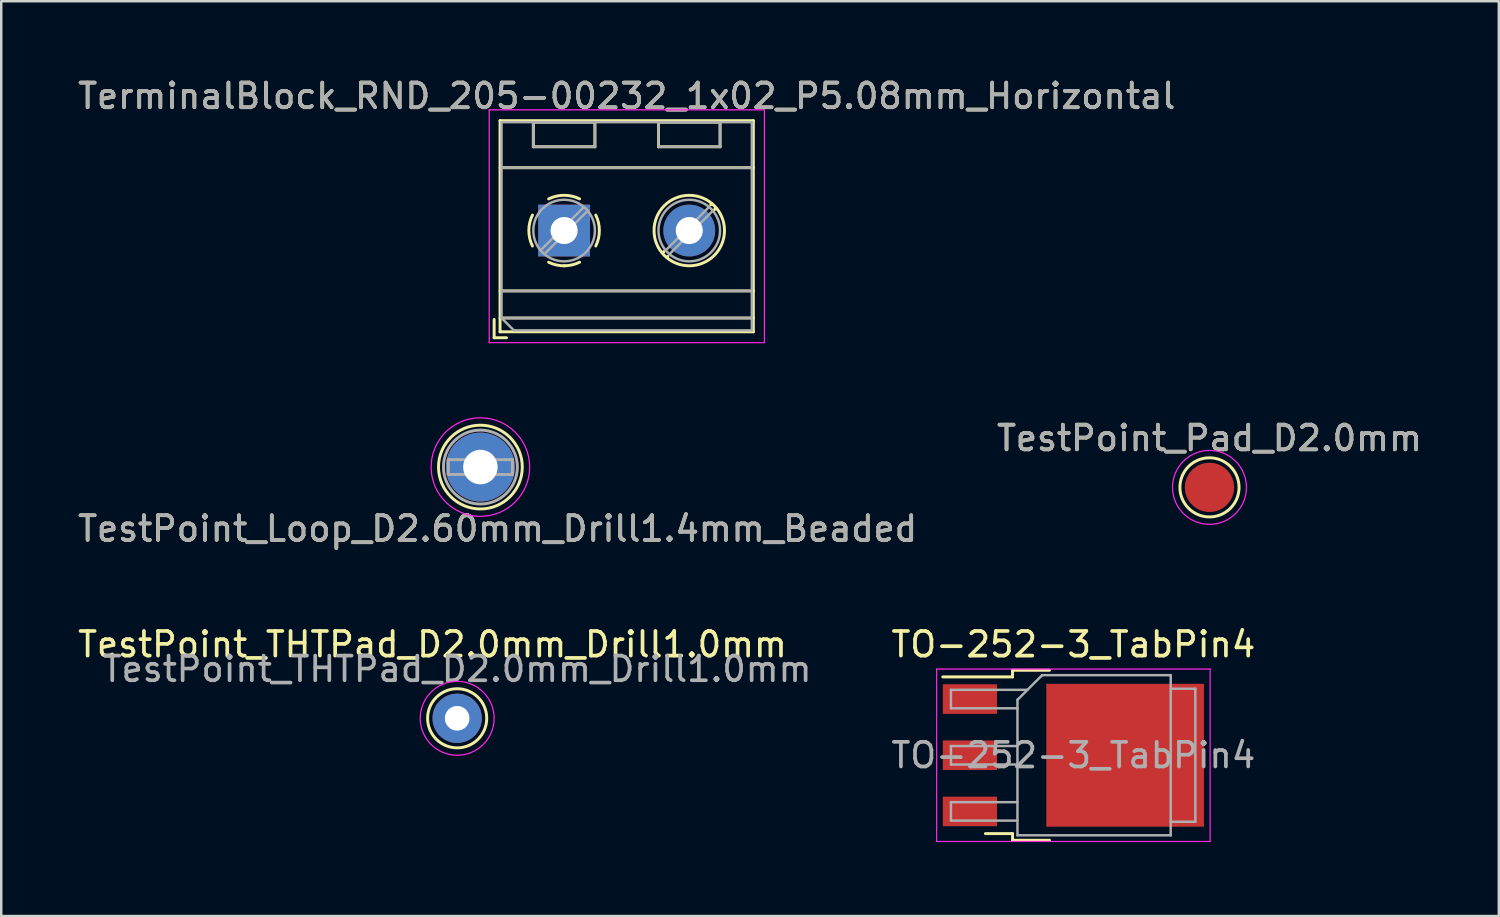
<source format=kicad_pcb>
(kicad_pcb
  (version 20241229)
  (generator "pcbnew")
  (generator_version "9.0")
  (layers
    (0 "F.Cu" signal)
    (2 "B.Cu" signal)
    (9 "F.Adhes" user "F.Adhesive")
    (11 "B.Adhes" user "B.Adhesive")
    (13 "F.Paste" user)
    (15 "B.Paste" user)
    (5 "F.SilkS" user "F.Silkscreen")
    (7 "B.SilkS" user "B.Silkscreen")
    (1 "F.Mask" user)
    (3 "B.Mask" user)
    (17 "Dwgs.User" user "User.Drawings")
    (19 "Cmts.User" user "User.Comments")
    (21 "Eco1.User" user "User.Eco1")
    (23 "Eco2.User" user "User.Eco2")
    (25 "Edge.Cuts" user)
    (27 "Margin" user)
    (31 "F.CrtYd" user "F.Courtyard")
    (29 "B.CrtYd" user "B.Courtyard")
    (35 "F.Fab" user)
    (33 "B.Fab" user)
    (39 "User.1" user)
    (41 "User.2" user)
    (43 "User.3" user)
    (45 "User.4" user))
  (footprint "TerminalBlock_RND_205-00232_1x02_P5.08mm_Horizontal"
    (layer "F.Cu")
    (at 19.847 6.308)
    (property "Reference" "TerminalBlock_RND_205-00232_1x02_P5.08mm_Horizontal" (at 2.54 -5.46 0) (layer "F.SilkS") (effects (font (size 1 1) (thickness 0.15))))
    (attr through_hole)
    (fp_line (start -2.84 3.61) (end -2.84 4.35) (stroke (width 0.12) (type solid)) (layer "F.SilkS"))
    (fp_line (start -2.84 4.35) (end -2.34 4.35) (stroke (width 0.12) (type solid)) (layer "F.SilkS"))
    (fp_line (start -2.6 -4.46) (end -2.6 4.11) (stroke (width 0.12) (type solid)) (layer "F.SilkS"))
    (fp_line (start -2.6 -4.46) (end 7.68 -4.46) (stroke (width 0.12) (type solid)) (layer "F.SilkS"))
    (fp_line (start -2.6 -2.55) (end 7.68 -2.55) (stroke (width 0.12) (type solid)) (layer "F.SilkS"))
    (fp_line (start -2.6 2.45) (end 7.68 2.45) (stroke (width 0.12) (type solid)) (layer "F.SilkS"))
    (fp_line (start -2.6 3.55) (end 7.68 3.55) (stroke (width 0.12) (type solid)) (layer "F.SilkS"))
    (fp_line (start -2.6 4.11) (end 7.68 4.11) (stroke (width 0.12) (type solid)) (layer "F.SilkS"))
    (fp_line (start -1.25 -4.4) (end -1.25 -3.4) (stroke (width 0.12) (type solid)) (layer "F.SilkS"))
    (fp_line (start -1.25 -4.4) (end 1.25 -4.4) (stroke (width 0.12) (type solid)) (layer "F.SilkS"))
    (fp_line (start -1.25 -3.4) (end 1.25 -3.4) (stroke (width 0.12) (type solid)) (layer "F.SilkS"))
    (fp_line (start 1.25 -4.4) (end 1.25 -3.4) (stroke (width 0.12) (type solid)) (layer "F.SilkS"))
    (fp_line (start 3.83 -4.4) (end 3.83 -3.4) (stroke (width 0.12) (type solid)) (layer "F.SilkS"))
    (fp_line (start 3.83 -4.4) (end 6.33 -4.4) (stroke (width 0.12) (type solid)) (layer "F.SilkS"))
    (fp_line (start 3.83 -3.4) (end 6.33 -3.4) (stroke (width 0.12) (type solid)) (layer "F.SilkS"))
    (fp_line (start 4.056 0.85) (end 3.996 0.91) (stroke (width 0.12) (type solid)) (layer "F.SilkS"))
    (fp_line (start 4.21 1.045) (end 4.17 1.085) (stroke (width 0.12) (type solid)) (layer "F.SilkS"))
    (fp_line (start 5.991 -1.085) (end 5.951 -1.045) (stroke (width 0.12) (type solid)) (layer "F.SilkS"))
    (fp_line (start 6.165 -0.91) (end 6.105 -0.851) (stroke (width 0.12) (type solid)) (layer "F.SilkS"))
    (fp_line (start 6.33 -4.4) (end 6.33 -3.4) (stroke (width 0.12) (type solid)) (layer "F.SilkS"))
    (fp_line (start 7.68 -4.46) (end 7.68 4.11) (stroke (width 0.12) (type solid)) (layer "F.SilkS"))
    (fp_arc (start -1.286611 0.626746) (mid -1.431146 -0.000697) (end -1.286 -0.628) (stroke (width 0.12) (type solid)) (layer "F.SilkS"))
    (fp_arc (start -0.627362 -1.285823) (mid -0.000201 -1.430707) (end 0.627 -1.286) (stroke (width 0.12) (type solid)) (layer "F.SilkS"))
    (fp_arc (start 0.02428 1.43094) (mid -0.310437 1.397071) (end -0.628 1.286) (stroke (width 0.12) (type solid)) (layer "F.SilkS"))
    (fp_arc (start 0.626871 1.285275) (mid 0.32168 1.393349) (end 0 1.43) (stroke (width 0.12) (type solid)) (layer "F.SilkS"))
    (fp_arc (start 1.285823 -0.627362) (mid 1.430707 -0.000201) (end 1.286 0.627) (stroke (width 0.12) (type solid)) (layer "F.SilkS"))
    (fp_circle (center 5.08 0) (end 6.51 0) (stroke (width 0.12) (type solid)) (fill no) (layer "F.SilkS"))
    (fp_line (start -3.04 -4.9) (end -3.04 4.55) (stroke (width 0.05) (type solid)) (layer "F.CrtYd"))
    (fp_line (start -3.04 4.55) (end 8.13 4.55) (stroke (width 0.05) (type solid)) (layer "F.CrtYd"))
    (fp_line (start 8.13 -4.9) (end -3.04 -4.9) (stroke (width 0.05) (type solid)) (layer "F.CrtYd"))
    (fp_line (start 8.13 4.55) (end 8.13 -4.9) (stroke (width 0.05) (type solid)) (layer "F.CrtYd"))
    (fp_line (start -2.54 -4.4) (end 7.62 -4.4) (stroke (width 0.1) (type solid)) (layer "F.Fab"))
    (fp_line (start -2.54 -2.55) (end 7.62 -2.55) (stroke (width 0.1) (type solid)) (layer "F.Fab"))
    (fp_line (start -2.54 2.45) (end 7.62 2.45) (stroke (width 0.1) (type solid)) (layer "F.Fab"))
    (fp_line (start -2.54 3.55) (end -2.54 -4.4) (stroke (width 0.1) (type solid)) (layer "F.Fab"))
    (fp_line (start -2.54 3.55) (end 7.62 3.55) (stroke (width 0.1) (type solid)) (layer "F.Fab"))
    (fp_line (start -2.04 4.05) (end -2.54 3.55) (stroke (width 0.1) (type solid)) (layer "F.Fab"))
    (fp_line (start -1.25 -4.4) (end -1.25 -3.4) (stroke (width 0.1) (type solid)) (layer "F.Fab"))
    (fp_line (start -1.25 -3.4) (end 1.25 -3.4) (stroke (width 0.1) (type solid)) (layer "F.Fab"))
    (fp_line (start 0.796 -0.948) (end -0.949 0.796) (stroke (width 0.1) (type solid)) (layer "F.Fab"))
    (fp_line (start 0.949 -0.796) (end -0.796 0.948) (stroke (width 0.1) (type solid)) (layer "F.Fab"))
    (fp_line (start 1.25 -4.4) (end -1.25 -4.4) (stroke (width 0.1) (type solid)) (layer "F.Fab"))
    (fp_line (start 1.25 -3.4) (end 1.25 -4.4) (stroke (width 0.1) (type solid)) (layer "F.Fab"))
    (fp_line (start 3.83 -4.4) (end 3.83 -3.4) (stroke (width 0.1) (type solid)) (layer "F.Fab"))
    (fp_line (start 3.83 -3.4) (end 6.33 -3.4) (stroke (width 0.1) (type solid)) (layer "F.Fab"))
    (fp_line (start 5.876 -0.948) (end 4.132 0.796) (stroke (width 0.1) (type solid)) (layer "F.Fab"))
    (fp_line (start 6.029 -0.796) (end 4.285 0.948) (stroke (width 0.1) (type solid)) (layer "F.Fab"))
    (fp_line (start 6.33 -4.4) (end 3.83 -4.4) (stroke (width 0.1) (type solid)) (layer "F.Fab"))
    (fp_line (start 6.33 -3.4) (end 6.33 -4.4) (stroke (width 0.1) (type solid)) (layer "F.Fab"))
    (fp_line (start 7.62 -4.4) (end 7.62 4.05) (stroke (width 0.1) (type solid)) (layer "F.Fab"))
    (fp_line (start 7.62 4.05) (end -2.04 4.05) (stroke (width 0.1) (type solid)) (layer "F.Fab"))
    (fp_circle (center 0 0) (end 1.25 0) (stroke (width 0.1) (type solid)) (fill no) (layer "F.Fab"))
    (fp_circle (center 5.08 0) (end 6.33 0) (stroke (width 0.1) (type solid)) (fill no) (layer "F.Fab"))
    (fp_text user "${REFERENCE}" (at 2.54 -5.46 0) (layer "F.Fab") (effects (font (size 1 1) (thickness 0.15))))
    (pad "1" thru_hole rect (at 0 0) (size 2.1 2.1) (drill 1.1) (layers "*.Cu" "*.Mask"))
    (pad "2" thru_hole circle (at 5.08 0) (size 2.1 2.1) (drill 1.1) (layers "*.Cu" "*.Mask")))
  (footprint "TestPoint_Loop_D2.60mm_Drill1.4mm_Beaded"
    (layer "F.Cu")
    (at 16.449 15.908)
    (property "Reference" "TestPoint_Loop_D2.60mm_Drill1.4mm_Beaded" (at 0.7 2.5 0) (layer "F.SilkS") (effects (font (size 1 1) (thickness 0.15))))
    (attr through_hole)
    (fp_circle (center 0 0) (end 1.7 0) (stroke (width 0.12) (type solid)) (fill no) (layer "F.SilkS"))
    (fp_circle (center 0 0) (end 2 0) (stroke (width 0.05) (type solid)) (fill no) (layer "F.CrtYd"))
    (fp_line (start -1.3 -0.3) (end -1.3 0.3) (stroke (width 0.12) (type solid)) (layer "F.Fab"))
    (fp_line (start -1.3 0.3) (end 1.3 0.3) (stroke (width 0.12) (type solid)) (layer "F.Fab"))
    (fp_line (start 1.3 -0.3) (end -1.3 -0.3) (stroke (width 0.12) (type solid)) (layer "F.Fab"))
    (fp_line (start 1.3 0.3) (end 1.3 -0.3) (stroke (width 0.12) (type solid)) (layer "F.Fab"))
    (fp_circle (center 0 0) (end 1.5 0) (stroke (width 0.12) (type solid)) (fill no) (layer "F.Fab"))
    (fp_text user "${REFERENCE}" (at 0.7 2.5 0) (layer "F.Fab") (effects (font (size 1 1) (thickness 0.15))))
    (pad "1" thru_hole circle (at 0 0) (size 2.8 2.8) (drill 1.4) (layers "*.Cu" "*.Mask")))
  (footprint "TO-252-3_TabPin4"
    (layer "F.Cu")
    (at 40.518 27.605)
    (property "Reference" "TO-252-3_TabPin4" (at 0 -4.5 0) (layer "F.SilkS") (effects (font (size 1 1) (thickness 0.15))))
    (attr smd)
    (fp_line (start -2.47 -3.45) (end -2.47 -3.18) (stroke (width 0.12) (type solid)) (layer "F.SilkS"))
    (fp_line (start -2.47 -3.18) (end -5.3 -3.18) (stroke (width 0.12) (type solid)) (layer "F.SilkS"))
    (fp_line (start -2.47 3.18) (end -3.57 3.18) (stroke (width 0.12) (type solid)) (layer "F.SilkS"))
    (fp_line (start -2.47 3.45) (end -2.47 3.18) (stroke (width 0.12) (type solid)) (layer "F.SilkS"))
    (fp_line (start -0.97 -3.45) (end -2.47 -3.45) (stroke (width 0.12) (type solid)) (layer "F.SilkS"))
    (fp_line (start -0.97 3.45) (end -2.47 3.45) (stroke (width 0.12) (type solid)) (layer "F.SilkS"))
    (fp_line (start -5.55 -3.5) (end -5.55 3.5) (stroke (width 0.05) (type solid)) (layer "F.CrtYd"))
    (fp_line (start -5.55 3.5) (end 5.55 3.5) (stroke (width 0.05) (type solid)) (layer "F.CrtYd"))
    (fp_line (start 5.55 -3.5) (end -5.55 -3.5) (stroke (width 0.05) (type solid)) (layer "F.CrtYd"))
    (fp_line (start 5.55 3.5) (end 5.55 -3.5) (stroke (width 0.05) (type solid)) (layer "F.CrtYd"))
    (fp_line (start -4.97 -2.655) (end -4.97 -1.905) (stroke (width 0.1) (type solid)) (layer "F.Fab"))
    (fp_line (start -4.97 -1.905) (end -2.27 -1.905) (stroke (width 0.1) (type solid)) (layer "F.Fab"))
    (fp_line (start -4.97 -0.375) (end -4.97 0.375) (stroke (width 0.1) (type solid)) (layer "F.Fab"))
    (fp_line (start -4.97 0.375) (end -2.27 0.375) (stroke (width 0.1) (type solid)) (layer "F.Fab"))
    (fp_line (start -4.97 1.905) (end -4.97 2.655) (stroke (width 0.1) (type solid)) (layer "F.Fab"))
    (fp_line (start -4.97 2.655) (end -2.27 2.655) (stroke (width 0.1) (type solid)) (layer "F.Fab"))
    (fp_line (start -2.27 -2.25) (end -1.27 -3.25) (stroke (width 0.1) (type solid)) (layer "F.Fab"))
    (fp_line (start -2.27 -0.375) (end -4.97 -0.375) (stroke (width 0.1) (type solid)) (layer "F.Fab"))
    (fp_line (start -2.27 1.905) (end -4.97 1.905) (stroke (width 0.1) (type solid)) (layer "F.Fab"))
    (fp_line (start -2.27 3.25) (end -2.27 -2.25) (stroke (width 0.1) (type solid)) (layer "F.Fab"))
    (fp_line (start -1.865 -2.655) (end -4.97 -2.655) (stroke (width 0.1) (type solid)) (layer "F.Fab"))
    (fp_line (start -1.27 -3.25) (end 3.95 -3.25) (stroke (width 0.1) (type solid)) (layer "F.Fab"))
    (fp_line (start 3.95 -3.25) (end 3.95 3.25) (stroke (width 0.1) (type solid)) (layer "F.Fab"))
    (fp_line (start 3.95 -2.7) (end 4.95 -2.7) (stroke (width 0.1) (type solid)) (layer "F.Fab"))
    (fp_line (start 3.95 3.25) (end -2.27 3.25) (stroke (width 0.1) (type solid)) (layer "F.Fab"))
    (fp_line (start 4.95 -2.7) (end 4.95 2.7) (stroke (width 0.1) (type solid)) (layer "F.Fab"))
    (fp_line (start 4.95 2.7) (end 3.95 2.7) (stroke (width 0.1) (type solid)) (layer "F.Fab"))
    (fp_text user "${REFERENCE}" (at 0 0 0) (layer "F.Fab") (effects (font (size 1 1) (thickness 0.15))))
    (pad "" smd rect (at 0.425 -1.525) (size 3.05 2.75) (layers "F.Paste"))
    (pad "" smd rect (at 0.425 1.525) (size 3.05 2.75) (layers "F.Paste"))
    (pad "" smd rect (at 3.775 -1.525) (size 3.05 2.75) (layers "F.Paste"))
    (pad "" smd rect (at 3.775 1.525) (size 3.05 2.75) (layers "F.Paste"))
    (pad "1" smd rect (at -4.2 -2.28) (size 2.2 1.2) (layers "F.Cu" "F.Mask" "F.Paste"))
    (pad "2" smd rect (at -4.2 0) (size 2.2 1.2) (layers "F.Cu" "F.Mask" "F.Paste"))
    (pad "3" smd rect (at -4.2 2.28) (size 2.2 1.2) (layers "F.Cu" "F.Mask" "F.Paste"))
    (pad "4" smd rect (at 2.1 0) (size 6.4 5.8) (layers "F.Cu" "F.Mask")))
  (footprint "TestPoint_Pad_D2.0mm"
    (layer "F.Cu")
    (at 46.042 16.732)
    (property "Reference" "TestPoint_Pad_D2.0mm" (at 0 -1.998 0) (layer "F.SilkS") (effects (font (size 1 1) (thickness 0.15))))
    (attr exclude_from_pos_files exclude_from_bom)
    (fp_circle (center 0 0) (end 0 1.2) (stroke (width 0.12) (type solid)) (fill no) (layer "F.SilkS"))
    (fp_circle (center 0 0) (end 1.5 0) (stroke (width 0.05) (type solid)) (fill no) (layer "F.CrtYd"))
    (fp_text user "${REFERENCE}" (at 0 -2 0) (layer "F.Fab") (effects (font (size 1 1) (thickness 0.15))))
    (pad "1" smd circle (at 0 0) (size 2 2) (layers "F.Cu" "F.Mask")))
  (footprint "TestPoint_THTPad_D2.0mm_Drill1.0mm"
    (layer "F.Cu")
    (at 15.506 26.105)
    (property "Reference" "TestPoint_THTPad_D2.0mm_Drill1.0mm" (at -1 -3 0) (layer "F.SilkS") (effects (font (size 1 1) (thickness 0.15))))
    (attr exclude_from_pos_files exclude_from_bom)
    (fp_circle (center 0 0) (end 0 1.2) (stroke (width 0.12) (type solid)) (fill no) (layer "F.SilkS"))
    (fp_circle (center 0 0) (end 1.5 0) (stroke (width 0.05) (type solid)) (fill no) (layer "F.CrtYd"))
    (fp_text user "${REFERENCE}" (at 0 -2 0) (layer "F.Fab") (effects (font (size 1 1) (thickness 0.15))))
    (pad "1" thru_hole circle (at 0 0) (size 2 2) (drill 1) (layers "*.Cu" "*.Mask")))
  (gr_rect
    (start -3 -3)
    (end 57.786 34.13)
    (stroke (width 0.1) (type default))
    (fill no)
    (layer "Edge.Cuts")))
</source>
